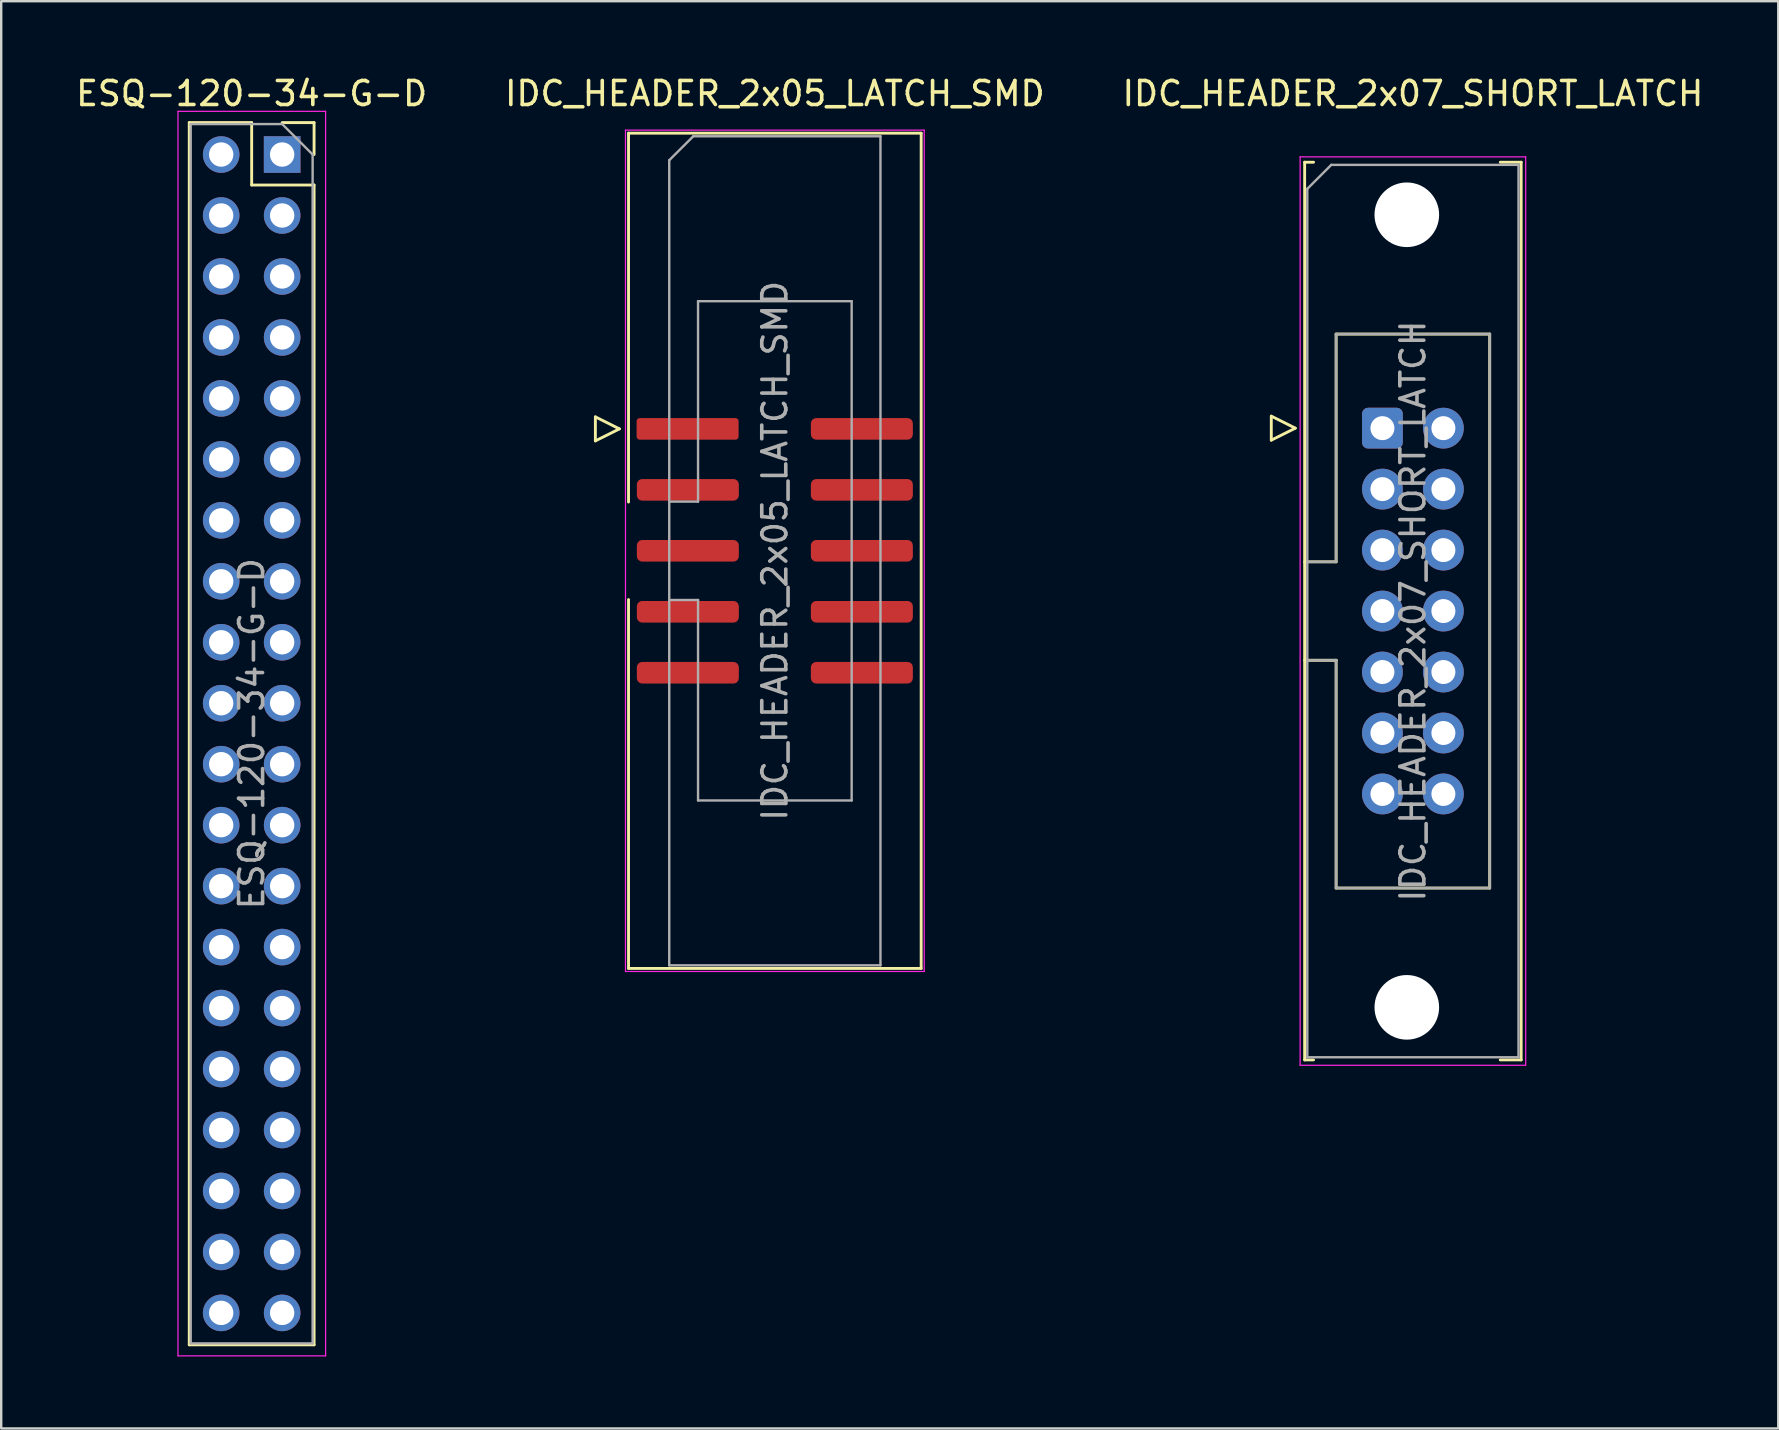
<source format=kicad_pcb>
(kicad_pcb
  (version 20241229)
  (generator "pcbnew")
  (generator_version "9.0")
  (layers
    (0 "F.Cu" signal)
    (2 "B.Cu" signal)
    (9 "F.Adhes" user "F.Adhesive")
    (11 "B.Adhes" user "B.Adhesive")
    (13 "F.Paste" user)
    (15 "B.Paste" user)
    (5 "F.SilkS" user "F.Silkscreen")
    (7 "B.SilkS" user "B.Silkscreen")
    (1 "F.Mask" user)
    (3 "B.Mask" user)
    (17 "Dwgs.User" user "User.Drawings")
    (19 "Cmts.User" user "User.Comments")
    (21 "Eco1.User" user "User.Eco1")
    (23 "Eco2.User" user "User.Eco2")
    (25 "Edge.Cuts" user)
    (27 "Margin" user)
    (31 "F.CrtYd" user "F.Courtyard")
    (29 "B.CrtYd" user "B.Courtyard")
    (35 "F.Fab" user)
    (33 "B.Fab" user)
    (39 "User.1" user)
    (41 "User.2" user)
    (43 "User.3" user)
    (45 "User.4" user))
  (footprint "IDC_HEADER_2x05_LATCH_SMD"
    (layer "F.Cu")
    (at 29.232 19.898)
    (property "Reference" "IDC_HEADER_2x05_LATCH_SMD" (at 0 -19.05 0) (layer "F.SilkS") (effects (font (size 1 1) (thickness 0.15))))
    (attr smd)
    (fp_line (start -7.477 -5.58) (end -7.477 -4.58) (stroke (width 0.12) (type solid)) (layer "F.SilkS"))
    (fp_line (start -7.477 -4.58) (end -6.477 -5.08) (stroke (width 0.12) (type solid)) (layer "F.SilkS"))
    (fp_line (start -6.477 -5.08) (end -7.477 -5.58) (stroke (width 0.12) (type solid)) (layer "F.SilkS"))
    (fp_line (start -6.096 -17.399) (end -6.096 -2.032) (stroke (width 0.12) (type solid)) (layer "F.SilkS"))
    (fp_line (start -6.096 -17.399) (end 6.096 -17.399) (stroke (width 0.12) (type solid)) (layer "F.SilkS"))
    (fp_line (start -6.096 17.399) (end -6.096 2.032) (stroke (width 0.12) (type solid)) (layer "F.SilkS"))
    (fp_line (start -6.096 17.399) (end 6.096 17.399) (stroke (width 0.12) (type solid)) (layer "F.SilkS"))
    (fp_line (start 6.096 -17.399) (end 6.096 17.399) (stroke (width 0.12) (type solid)) (layer "F.SilkS"))
    (fp_line (start -6.223 -17.526) (end -6.223 17.526) (stroke (width 0.05) (type solid)) (layer "F.CrtYd"))
    (fp_line (start -6.223 17.526) (end 6.223 17.526) (stroke (width 0.05) (type solid)) (layer "F.CrtYd"))
    (fp_line (start 6.223 -17.526) (end -6.223 -17.526) (stroke (width 0.05) (type solid)) (layer "F.CrtYd"))
    (fp_line (start 6.223 17.526) (end 6.223 -17.526) (stroke (width 0.05) (type solid)) (layer "F.CrtYd"))
    (fp_line (start -4.4 -16.272) (end -3.4 -17.27) (stroke (width 0.1) (type solid)) (layer "F.Fab"))
    (fp_line (start -4.4 -2.05) (end -3.2 -2.05) (stroke (width 0.1) (type solid)) (layer "F.Fab"))
    (fp_line (start -4.4 17.27) (end -4.4 -16.272) (stroke (width 0.1) (type solid)) (layer "F.Fab"))
    (fp_line (start -3.4 -17.27) (end 4.4 -17.27) (stroke (width 0.1) (type solid)) (layer "F.Fab"))
    (fp_line (start -3.2 -10.4) (end 3.2 -10.4) (stroke (width 0.1) (type solid)) (layer "F.Fab"))
    (fp_line (start -3.2 -2.05) (end -3.2 -10.4) (stroke (width 0.1) (type solid)) (layer "F.Fab"))
    (fp_line (start -3.2 2.05) (end -4.4 2.05) (stroke (width 0.1) (type solid)) (layer "F.Fab"))
    (fp_line (start -3.2 2.05) (end -3.2 2.05) (stroke (width 0.1) (type solid)) (layer "F.Fab"))
    (fp_line (start -3.2 10.4) (end -3.2 2.05) (stroke (width 0.1) (type solid)) (layer "F.Fab"))
    (fp_line (start 3.2 -10.4) (end 3.2 10.4) (stroke (width 0.1) (type solid)) (layer "F.Fab"))
    (fp_line (start 3.2 10.4) (end -3.2 10.4) (stroke (width 0.1) (type solid)) (layer "F.Fab"))
    (fp_line (start 4.4 -17.27) (end 4.4 17.27) (stroke (width 0.1) (type solid)) (layer "F.Fab"))
    (fp_line (start 4.4 17.27) (end -4.4 17.27) (stroke (width 0.1) (type solid)) (layer "F.Fab"))
    (fp_text user "${REFERENCE}" (at 0 0 90) (layer "F.Fab") (effects (font (size 1 1) (thickness 0.15))))
    (pad "1" smd roundrect (at -3.635 -5.08) (size 4.25 0.9) (layers "F.Cu" "F.Mask" "F.Paste") (roundrect_rratio 0.147))
    (pad "2" smd roundrect (at 3.625 -5.08) (size 4.25 0.9) (layers "F.Cu" "F.Mask" "F.Paste") (roundrect_rratio 0.25))
    (pad "3" smd roundrect (at -3.625 -2.54) (size 4.25 0.9) (layers "F.Cu" "F.Mask" "F.Paste") (roundrect_rratio 0.25))
    (pad "4" smd roundrect (at 3.625 -2.54) (size 4.25 0.9) (layers "F.Cu" "F.Mask" "F.Paste") (roundrect_rratio 0.25))
    (pad "5" smd roundrect (at -3.625 0) (size 4.25 0.9) (layers "F.Cu" "F.Mask" "F.Paste") (roundrect_rratio 0.25))
    (pad "6" smd roundrect (at 3.625 0) (size 4.25 0.9) (layers "F.Cu" "F.Mask" "F.Paste") (roundrect_rratio 0.25))
    (pad "7" smd roundrect (at -3.625 2.54) (size 4.25 0.9) (layers "F.Cu" "F.Mask" "F.Paste") (roundrect_rratio 0.25))
    (pad "8" smd roundrect (at 3.625 2.54) (size 4.25 0.9) (layers "F.Cu" "F.Mask" "F.Paste") (roundrect_rratio 0.25))
    (pad "9" smd roundrect (at -3.625 5.08) (size 4.25 0.9) (layers "F.Cu" "F.Mask" "F.Paste") (roundrect_rratio 0.25))
    (pad "10" smd roundrect (at 3.625 5.08) (size 4.25 0.9) (layers "F.Cu" "F.Mask" "F.Paste") (roundrect_rratio 0.25)))
  (footprint "IDC_HEADER_2x07_SHORT_LATCH"
    (layer "F.Cu")
    (at 55.815 22.408)
    (property "Reference" "IDC_HEADER_2x07_SHORT_LATCH" (at 0 -21.56 0) (layer "F.SilkS") (effects (font (size 1 1) (thickness 0.15))))
    (attr through_hole)
    (fp_line (start -5.9 -8.12) (end -5.9 -7.12) (stroke (width 0.12) (type solid)) (layer "F.SilkS"))
    (fp_line (start -5.9 -7.12) (end -4.9 -7.62) (stroke (width 0.12) (type solid)) (layer "F.SilkS"))
    (fp_line (start -4.9 -7.62) (end -5.9 -8.12) (stroke (width 0.12) (type solid)) (layer "F.SilkS"))
    (fp_line (start -4.51 -18.7) (end -4.51 18.7) (stroke (width 0.12) (type solid)) (layer "F.SilkS"))
    (fp_line (start -4.51 -2.05) (end -3.2 -2.05) (stroke (width 0.12) (type solid)) (layer "F.SilkS"))
    (fp_line (start -4.51 18.7) (end -4.14 18.7) (stroke (width 0.12) (type solid)) (layer "F.SilkS"))
    (fp_line (start -4.14 -18.7) (end -4.51 -18.7) (stroke (width 0.12) (type solid)) (layer "F.SilkS"))
    (fp_line (start -3.2 -11.54) (end 3.2 -11.54) (stroke (width 0.12) (type solid)) (layer "F.SilkS"))
    (fp_line (start -3.2 -2.05) (end -3.2 -11.54) (stroke (width 0.12) (type solid)) (layer "F.SilkS"))
    (fp_line (start -3.2 2.05) (end -4.51 2.05) (stroke (width 0.12) (type solid)) (layer "F.SilkS"))
    (fp_line (start -3.2 2.05) (end -3.2 2.05) (stroke (width 0.12) (type solid)) (layer "F.SilkS"))
    (fp_line (start -3.2 11.54) (end -3.2 2.05) (stroke (width 0.12) (type solid)) (layer "F.SilkS"))
    (fp_line (start 3.2 -11.54) (end 3.2 11.54) (stroke (width 0.12) (type solid)) (layer "F.SilkS"))
    (fp_line (start 3.2 11.54) (end -3.2 11.54) (stroke (width 0.12) (type solid)) (layer "F.SilkS"))
    (fp_line (start 3.64 -18.7) (end 4.51 -18.7) (stroke (width 0.12) (type solid)) (layer "F.SilkS"))
    (fp_line (start 4.51 -18.7) (end 4.51 18.7) (stroke (width 0.12) (type solid)) (layer "F.SilkS"))
    (fp_line (start 4.51 18.7) (end 3.64 18.7) (stroke (width 0.12) (type solid)) (layer "F.SilkS"))
    (fp_line (start -4.699 -18.923) (end -4.699 18.923) (stroke (width 0.05) (type solid)) (layer "F.CrtYd"))
    (fp_line (start -4.699 18.923) (end 4.699 18.923) (stroke (width 0.05) (type solid)) (layer "F.CrtYd"))
    (fp_line (start 4.699 -18.923) (end -4.699 -18.923) (stroke (width 0.05) (type solid)) (layer "F.CrtYd"))
    (fp_line (start 4.699 18.923) (end 4.699 -18.923) (stroke (width 0.05) (type solid)) (layer "F.CrtYd"))
    (fp_line (start -4.4 -17.59) (end -3.4 -18.59) (stroke (width 0.1) (type solid)) (layer "F.Fab"))
    (fp_line (start -4.4 -2.05) (end -3.2 -2.05) (stroke (width 0.1) (type solid)) (layer "F.Fab"))
    (fp_line (start -4.4 18.59) (end -4.4 -17.59) (stroke (width 0.1) (type solid)) (layer "F.Fab"))
    (fp_line (start -3.4 -18.59) (end 4.4 -18.59) (stroke (width 0.1) (type solid)) (layer "F.Fab"))
    (fp_line (start -3.2 -11.54) (end 3.2 -11.54) (stroke (width 0.1) (type solid)) (layer "F.Fab"))
    (fp_line (start -3.2 -2.05) (end -3.2 -11.54) (stroke (width 0.1) (type solid)) (layer "F.Fab"))
    (fp_line (start -3.2 2.05) (end -4.4 2.05) (stroke (width 0.1) (type solid)) (layer "F.Fab"))
    (fp_line (start -3.2 2.05) (end -3.2 2.05) (stroke (width 0.1) (type solid)) (layer "F.Fab"))
    (fp_line (start -3.2 11.54) (end -3.2 2.05) (stroke (width 0.1) (type solid)) (layer "F.Fab"))
    (fp_line (start 3.2 -11.54) (end 3.2 11.54) (stroke (width 0.1) (type solid)) (layer "F.Fab"))
    (fp_line (start 3.2 11.54) (end -3.2 11.54) (stroke (width 0.1) (type solid)) (layer "F.Fab"))
    (fp_line (start 4.4 -18.59) (end 4.4 18.59) (stroke (width 0.1) (type solid)) (layer "F.Fab"))
    (fp_line (start 4.4 18.59) (end -4.4 18.59) (stroke (width 0.1) (type solid)) (layer "F.Fab"))
    (fp_text user "${REFERENCE}" (at 0 0 90) (layer "F.Fab") (effects (font (size 1 1) (thickness 0.15))))
    (pad "" np_thru_hole circle (at -0.254 -16.51) (size 2.692 2.692) (drill 2.692) (layers "*.Cu" "*.Mask"))
    (pad "" np_thru_hole circle (at -0.254 16.51) (size 2.692 2.692) (drill 2.692) (layers "*.Cu" "*.Mask"))
    (pad "1" thru_hole roundrect (at -1.27 -7.62) (size 1.7 1.7) (drill 1) (layers "*.Cu" "*.Mask") (roundrect_rratio 0.147))
    (pad "2" thru_hole circle (at 1.27 -7.62) (size 1.7 1.7) (drill 1) (layers "*.Cu" "*.Mask"))
    (pad "3" thru_hole circle (at -1.27 -5.08) (size 1.7 1.7) (drill 1) (layers "*.Cu" "*.Mask"))
    (pad "4" thru_hole circle (at 1.27 -5.08) (size 1.7 1.7) (drill 1) (layers "*.Cu" "*.Mask"))
    (pad "5" thru_hole circle (at -1.27 -2.54) (size 1.7 1.7) (drill 1) (layers "*.Cu" "*.Mask"))
    (pad "6" thru_hole circle (at 1.27 -2.54) (size 1.7 1.7) (drill 1) (layers "*.Cu" "*.Mask"))
    (pad "7" thru_hole circle (at -1.27 0) (size 1.7 1.7) (drill 1) (layers "*.Cu" "*.Mask"))
    (pad "8" thru_hole circle (at 1.27 0) (size 1.7 1.7) (drill 1) (layers "*.Cu" "*.Mask"))
    (pad "9" thru_hole circle (at -1.27 2.54) (size 1.7 1.7) (drill 1) (layers "*.Cu" "*.Mask"))
    (pad "10" thru_hole circle (at 1.27 2.54) (size 1.7 1.7) (drill 1) (layers "*.Cu" "*.Mask"))
    (pad "11" thru_hole circle (at -1.27 5.08) (size 1.7 1.7) (drill 1) (layers "*.Cu" "*.Mask"))
    (pad "12" thru_hole circle (at 1.27 5.08) (size 1.7 1.7) (drill 1) (layers "*.Cu" "*.Mask"))
    (pad "13" thru_hole circle (at -1.27 7.62) (size 1.7 1.7) (drill 1) (layers "*.Cu" "*.Mask"))
    (pad "14" thru_hole circle (at 1.27 7.62) (size 1.7 1.7) (drill 1) (layers "*.Cu" "*.Mask")))
  (footprint "ESQ-120-34-G-D"
    (layer "F.Cu")
    (at 7.435 27.518)
    (property "Reference" "ESQ-120-34-G-D" (at 0 -26.67 0) (layer "F.SilkS") (effects (font (size 1 1) (thickness 0.15))))
    (attr through_hole)
    (fp_line (start -2.6 -25.46) (end -2.6 25.46) (stroke (width 0.12) (type solid)) (layer "F.SilkS"))
    (fp_line (start -2.6 -25.46) (end 0 -25.46) (stroke (width 0.12) (type solid)) (layer "F.SilkS"))
    (fp_line (start -2.6 25.46) (end 2.6 25.46) (stroke (width 0.12) (type solid)) (layer "F.SilkS"))
    (fp_line (start 0 -22.86) (end 0 -25.46) (stroke (width 0.12) (type solid)) (layer "F.SilkS"))
    (fp_line (start 0 -22.86) (end 2.6 -22.86) (stroke (width 0.12) (type solid)) (layer "F.SilkS"))
    (fp_line (start 1.27 -25.46) (end 2.6 -25.46) (stroke (width 0.12) (type solid)) (layer "F.SilkS"))
    (fp_line (start 2.6 -25.46) (end 2.6 -24.13) (stroke (width 0.12) (type solid)) (layer "F.SilkS"))
    (fp_line (start 2.6 -22.86) (end 2.6 25.46) (stroke (width 0.12) (type solid)) (layer "F.SilkS"))
    (fp_line (start -3.07 -25.93) (end -3.07 25.92) (stroke (width 0.05) (type solid)) (layer "F.CrtYd"))
    (fp_line (start -3.07 25.92) (end 3.08 25.92) (stroke (width 0.05) (type solid)) (layer "F.CrtYd"))
    (fp_line (start 3.08 -25.93) (end -3.07 -25.93) (stroke (width 0.05) (type solid)) (layer "F.CrtYd"))
    (fp_line (start 3.08 25.92) (end 3.08 -25.93) (stroke (width 0.05) (type solid)) (layer "F.CrtYd"))
    (fp_line (start -2.54 -25.4) (end 1.27 -25.4) (stroke (width 0.1) (type solid)) (layer "F.Fab"))
    (fp_line (start -2.54 25.4) (end -2.54 -25.4) (stroke (width 0.1) (type solid)) (layer "F.Fab"))
    (fp_line (start 2.54 -24.13) (end 1.27 -25.4) (stroke (width 0.1) (type solid)) (layer "F.Fab"))
    (fp_line (start 2.54 -24.13) (end 2.54 25.4) (stroke (width 0.1) (type solid)) (layer "F.Fab"))
    (fp_line (start 2.54 25.4) (end -2.54 25.4) (stroke (width 0.1) (type solid)) (layer "F.Fab"))
    (fp_text user "${REFERENCE}" (at 0 0 90) (layer "F.Fab") (effects (font (size 1 1) (thickness 0.15))))
    (pad "1" thru_hole rect (at 1.27 -24.13) (size 1.525 1.524) (drill 1.016) (layers "*.Cu" "*.Mask"))
    (pad "2" thru_hole oval (at -1.27 -24.13) (size 1.524 1.524) (drill 1.016) (layers "*.Cu" "*.Mask"))
    (pad "3" thru_hole oval (at 1.27 -21.59) (size 1.524 1.524) (drill 1.016) (layers "*.Cu" "*.Mask"))
    (pad "4" thru_hole oval (at -1.27 -21.59) (size 1.524 1.524) (drill 1.016) (layers "*.Cu" "*.Mask"))
    (pad "5" thru_hole oval (at 1.27 -19.05) (size 1.524 1.524) (drill 1.016) (layers "*.Cu" "*.Mask"))
    (pad "6" thru_hole oval (at -1.27 -19.05) (size 1.524 1.524) (drill 1.016) (layers "*.Cu" "*.Mask"))
    (pad "7" thru_hole oval (at 1.27 -16.51) (size 1.524 1.524) (drill 1.016) (layers "*.Cu" "*.Mask"))
    (pad "8" thru_hole oval (at -1.27 -16.51) (size 1.524 1.524) (drill 1.016) (layers "*.Cu" "*.Mask"))
    (pad "9" thru_hole oval (at 1.27 -13.97) (size 1.524 1.524) (drill 1.016) (layers "*.Cu" "*.Mask"))
    (pad "10" thru_hole oval (at -1.27 -13.97) (size 1.524 1.524) (drill 1.016) (layers "*.Cu" "*.Mask"))
    (pad "11" thru_hole oval (at 1.27 -11.43) (size 1.524 1.524) (drill 1.016) (layers "*.Cu" "*.Mask"))
    (pad "12" thru_hole oval (at -1.27 -11.43) (size 1.524 1.524) (drill 1.016) (layers "*.Cu" "*.Mask"))
    (pad "13" thru_hole oval (at 1.27 -8.89) (size 1.524 1.524) (drill 1.016) (layers "*.Cu" "*.Mask"))
    (pad "14" thru_hole oval (at -1.27 -8.89) (size 1.524 1.524) (drill 1.016) (layers "*.Cu" "*.Mask"))
    (pad "15" thru_hole oval (at 1.27 -6.35) (size 1.524 1.524) (drill 1.016) (layers "*.Cu" "*.Mask"))
    (pad "16" thru_hole oval (at -1.27 -6.35) (size 1.524 1.524) (drill 1.016) (layers "*.Cu" "*.Mask"))
    (pad "17" thru_hole oval (at 1.27 -3.81) (size 1.524 1.524) (drill 1.016) (layers "*.Cu" "*.Mask"))
    (pad "18" thru_hole oval (at -1.27 -3.81) (size 1.524 1.524) (drill 1.016) (layers "*.Cu" "*.Mask"))
    (pad "19" thru_hole oval (at 1.27 -1.27) (size 1.524 1.524) (drill 1.016) (layers "*.Cu" "*.Mask"))
    (pad "20" thru_hole oval (at -1.27 -1.27) (size 1.524 1.524) (drill 1.016) (layers "*.Cu" "*.Mask"))
    (pad "21" thru_hole oval (at 1.27 1.27) (size 1.524 1.524) (drill 1.016) (layers "*.Cu" "*.Mask"))
    (pad "22" thru_hole oval (at -1.27 1.27) (size 1.524 1.524) (drill 1.016) (layers "*.Cu" "*.Mask"))
    (pad "23" thru_hole oval (at 1.27 3.81) (size 1.524 1.524) (drill 1.016) (layers "*.Cu" "*.Mask"))
    (pad "24" thru_hole oval (at -1.27 3.81) (size 1.524 1.524) (drill 1.016) (layers "*.Cu" "*.Mask"))
    (pad "25" thru_hole oval (at 1.27 6.35) (size 1.524 1.524) (drill 1.016) (layers "*.Cu" "*.Mask"))
    (pad "26" thru_hole oval (at -1.27 6.35) (size 1.524 1.524) (drill 1.016) (layers "*.Cu" "*.Mask"))
    (pad "27" thru_hole oval (at 1.27 8.89) (size 1.524 1.524) (drill 1.016) (layers "*.Cu" "*.Mask"))
    (pad "28" thru_hole oval (at -1.27 8.89) (size 1.524 1.524) (drill 1.016) (layers "*.Cu" "*.Mask"))
    (pad "29" thru_hole oval (at 1.27 11.43) (size 1.524 1.524) (drill 1.016) (layers "*.Cu" "*.Mask"))
    (pad "30" thru_hole oval (at -1.27 11.43) (size 1.524 1.524) (drill 1.016) (layers "*.Cu" "*.Mask"))
    (pad "31" thru_hole oval (at 1.27 13.97) (size 1.524 1.524) (drill 1.016) (layers "*.Cu" "*.Mask"))
    (pad "32" thru_hole oval (at -1.27 13.97) (size 1.524 1.524) (drill 1.016) (layers "*.Cu" "*.Mask"))
    (pad "33" thru_hole oval (at 1.27 16.51) (size 1.524 1.524) (drill 1.016) (layers "*.Cu" "*.Mask"))
    (pad "34" thru_hole oval (at -1.27 16.51) (size 1.524 1.524) (drill 1.016) (layers "*.Cu" "*.Mask"))
    (pad "35" thru_hole oval (at 1.27 19.05) (size 1.524 1.524) (drill 1.016) (layers "*.Cu" "*.Mask"))
    (pad "36" thru_hole oval (at -1.27 19.05) (size 1.524 1.524) (drill 1.016) (layers "*.Cu" "*.Mask"))
    (pad "37" thru_hole oval (at 1.27 21.59) (size 1.524 1.524) (drill 1.016) (layers "*.Cu" "*.Mask"))
    (pad "38" thru_hole oval (at -1.27 21.59) (size 1.524 1.524) (drill 1.016) (layers "*.Cu" "*.Mask"))
    (pad "39" thru_hole oval (at 1.27 24.13) (size 1.524 1.524) (drill 1.016) (layers "*.Cu" "*.Mask"))
    (pad "40" thru_hole oval (at -1.27 24.13) (size 1.524 1.524) (drill 1.016) (layers "*.Cu" "*.Mask")))
  (gr_rect
    (start -3 -3)
    (end 71.036 56.463)
    (stroke (width 0.1) (type default))
    (fill no)
    (layer "Edge.Cuts")))
</source>
